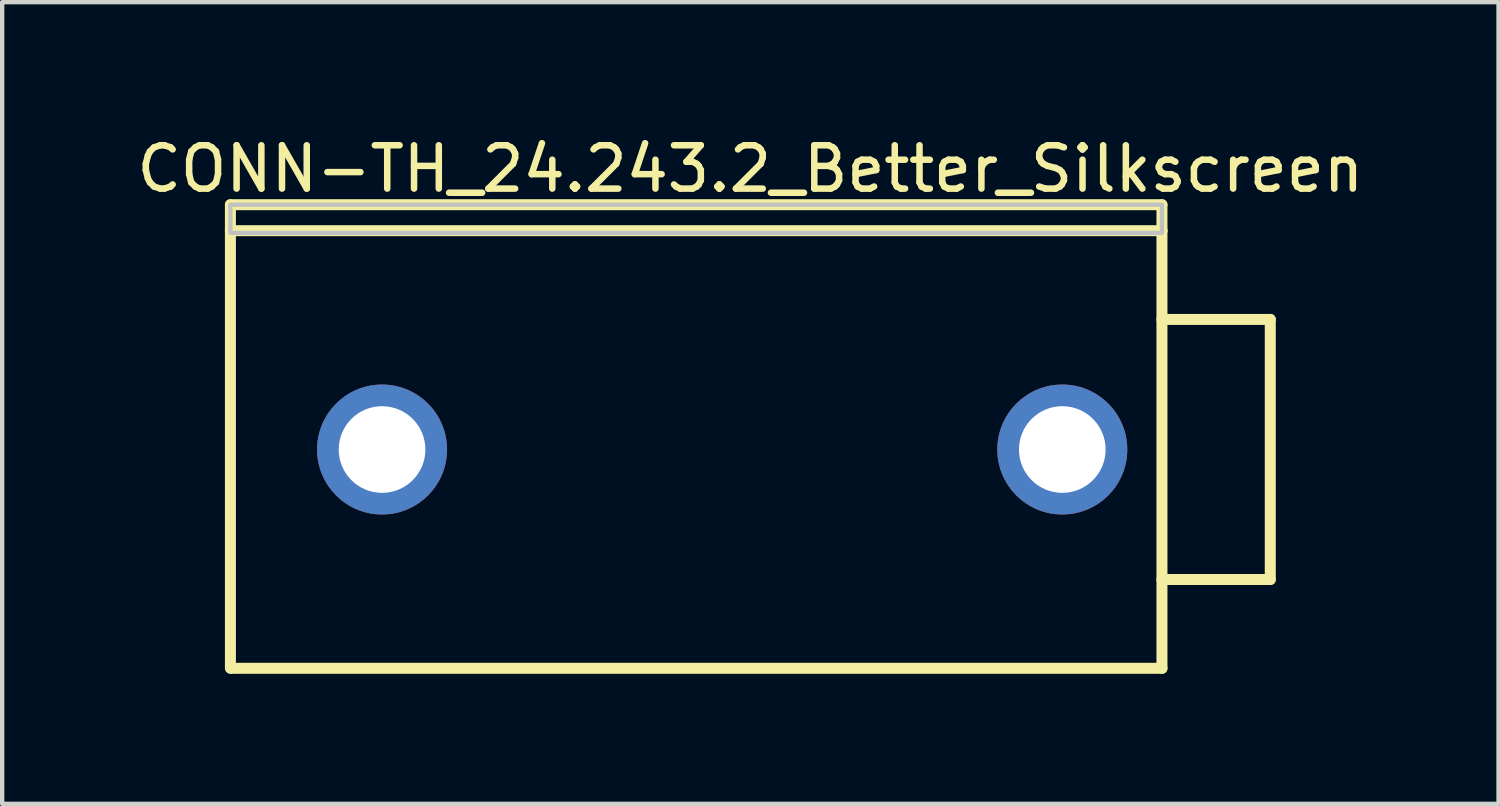
<source format=kicad_pcb>
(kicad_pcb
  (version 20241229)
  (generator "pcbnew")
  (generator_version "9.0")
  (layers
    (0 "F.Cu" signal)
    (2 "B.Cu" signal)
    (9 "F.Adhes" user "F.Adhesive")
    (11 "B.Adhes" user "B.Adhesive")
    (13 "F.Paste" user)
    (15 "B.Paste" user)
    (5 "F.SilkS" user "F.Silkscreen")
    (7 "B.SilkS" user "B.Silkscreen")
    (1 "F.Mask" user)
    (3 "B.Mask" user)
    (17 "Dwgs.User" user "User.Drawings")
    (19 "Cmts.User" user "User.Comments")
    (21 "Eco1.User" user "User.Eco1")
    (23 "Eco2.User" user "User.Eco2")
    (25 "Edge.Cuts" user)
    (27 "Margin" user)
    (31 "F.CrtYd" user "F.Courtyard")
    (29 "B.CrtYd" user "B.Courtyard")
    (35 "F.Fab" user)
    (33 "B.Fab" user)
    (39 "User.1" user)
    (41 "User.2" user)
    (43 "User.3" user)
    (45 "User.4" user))
  (footprint "CONN-TH_24.243.2_Better_Silkscreen"
    (layer "F.Cu")
    (at 13.618 7.325)
    (property "Reference" "CONN-TH_24.243.2_Better_Silkscreen" (at 0.65 -6.477 0) (layer "F.SilkS") (effects (font (size 1 1) (thickness 0.15))))
    (fp_line (start -11.35 -5.65) (end 10.15 -5.65) (stroke (width 0.254) (type default)) (layer "F.SilkS"))
    (fp_line (start -11.35 -5.05) (end -11.35 -5.65) (stroke (width 0.254) (type default)) (layer "F.SilkS"))
    (fp_line (start -11.35 -5.05) (end 10.15 -5.05) (stroke (width 0.254) (type default)) (layer "F.SilkS"))
    (fp_line (start -11.35 5.05) (end -11.35 -5.05) (stroke (width 0.254) (type default)) (layer "F.SilkS"))
    (fp_line (start 10.15 -5.65) (end 10.15 -5.05) (stroke (width 0.254) (type default)) (layer "F.SilkS"))
    (fp_line (start 10.15 -5.05) (end 10.15 5.05) (stroke (width 0.254) (type default)) (layer "F.SilkS"))
    (fp_line (start 10.15 -3.003) (end 12.65 -3.003) (stroke (width 0.254) (type default)) (layer "F.SilkS"))
    (fp_line (start 10.15 5.05) (end -11.32 5.05) (stroke (width 0.254) (type default)) (layer "F.SilkS"))
    (fp_line (start 12.65 -3.003) (end 12.65 3) (stroke (width 0.254) (type default)) (layer "F.SilkS"))
    (fp_line (start 12.65 3) (end 10.15 3) (stroke (width 0.254) (type default)) (layer "F.SilkS"))
    (fp_poly (pts (xy -11.35 -5) (xy -11.35 -5.65) (xy 10.15 -5.65) (xy 10.15 -5)) (stroke (width 0.1) (type default)) (fill no) (layer "Dwgs.User"))
    (fp_poly (pts (xy -8.45 -0.65) (xy -7.25 -0.65) (xy -7.25 0.65) (xy -8.45 0.65)) (stroke (width 0.1) (type default)) (fill no) (layer "User.1"))
    (fp_poly (pts (xy 7.35 -0.65) (xy 8.35 -0.65) (xy 8.35 0.65) (xy 7.35 0.65)) (stroke (width 0.1) (type default)) (fill no) (layer "User.1"))
    (fp_line (start -11.35 -5.65) (end -11.35 5.05) (stroke (width 0.051) (type default)) (layer "User.2"))
    (fp_line (start -11.35 5.05) (end 10.15 5.05) (stroke (width 0.051) (type default)) (layer "User.2"))
    (fp_line (start 10.15 -5.65) (end -11.35 -5.65) (stroke (width 0.051) (type default)) (layer "User.2"))
    (fp_line (start 10.15 -3) (end 10.15 -5.65) (stroke (width 0.051) (type default)) (layer "User.2"))
    (fp_line (start 10.15 3) (end 12.65 3) (stroke (width 0.051) (type default)) (layer "User.2"))
    (fp_line (start 10.15 5.05) (end 10.15 3) (stroke (width 0.051) (type default)) (layer "User.2"))
    (fp_line (start 12.65 -3) (end 10.15 -3) (stroke (width 0.051) (type default)) (layer "User.2"))
    (fp_line (start 12.65 3) (end 12.65 -3) (stroke (width 0.051) (type default)) (layer "User.2"))
    (fp_poly (pts (xy -11.29 5.05) (xy -11.308 5.008) (xy -11.35 4.99) (xy -11.392 5.008) (xy -11.41 5.05) (xy -11.392 5.092) (xy -11.35 5.11) (xy -11.308 5.092)) (stroke (width 0.1) (type default)) (fill no) (layer "User.3"))
    (pad "1" thru_hole circle (at -7.85 0) (size 3 3) (drill 2) (layers "*.Cu" "*.Mask"))
    (pad "2" thru_hole circle (at 7.85 0) (size 3 3) (drill 2) (layers "*.Cu" "*.Mask")))
  (gr_rect
    (start -3 -3)
    (end 31.536 15.502)
    (stroke (width 0.1) (type default))
    (fill no)
    (layer "Edge.Cuts")))
</source>
